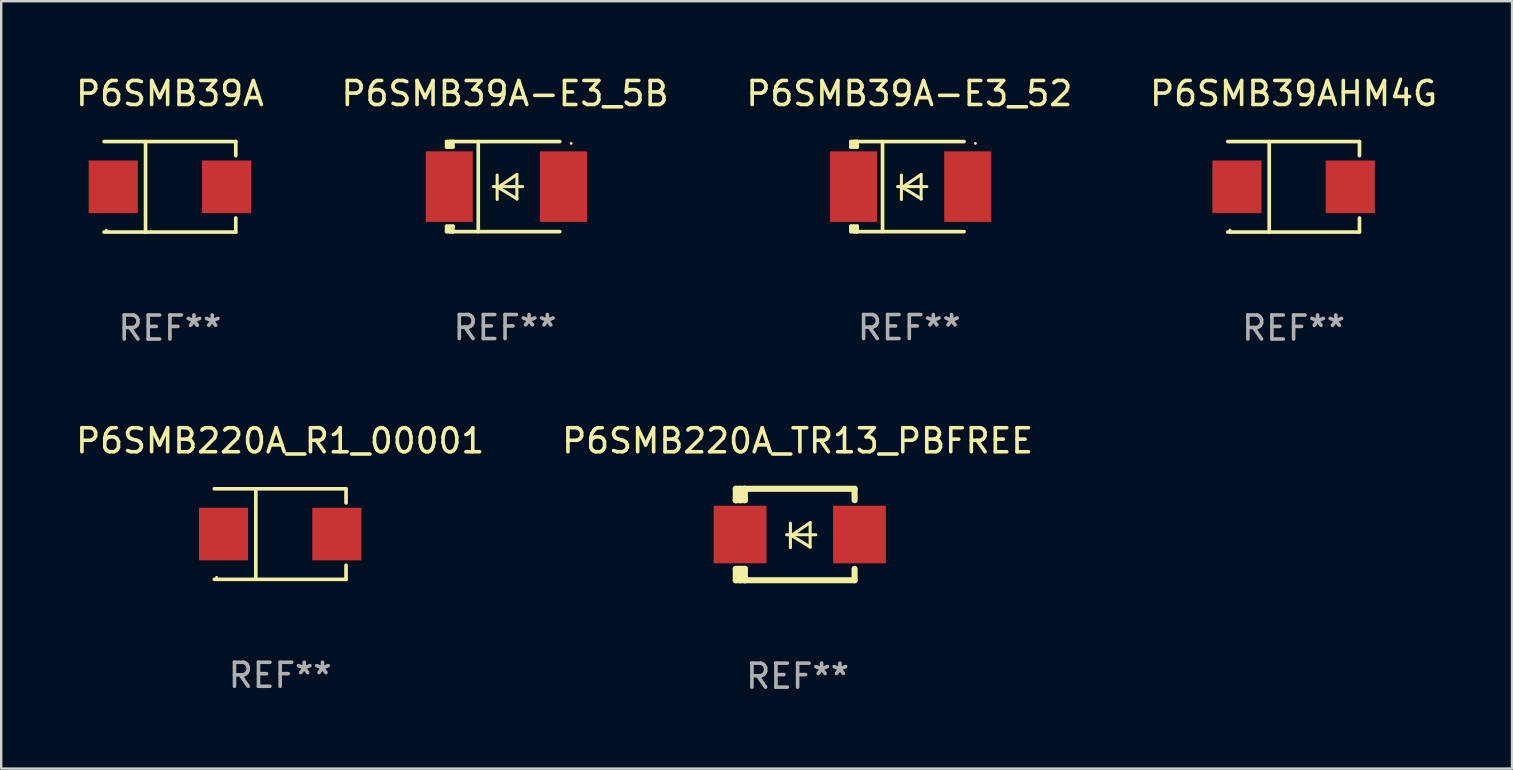
<source format=kicad_pcb>
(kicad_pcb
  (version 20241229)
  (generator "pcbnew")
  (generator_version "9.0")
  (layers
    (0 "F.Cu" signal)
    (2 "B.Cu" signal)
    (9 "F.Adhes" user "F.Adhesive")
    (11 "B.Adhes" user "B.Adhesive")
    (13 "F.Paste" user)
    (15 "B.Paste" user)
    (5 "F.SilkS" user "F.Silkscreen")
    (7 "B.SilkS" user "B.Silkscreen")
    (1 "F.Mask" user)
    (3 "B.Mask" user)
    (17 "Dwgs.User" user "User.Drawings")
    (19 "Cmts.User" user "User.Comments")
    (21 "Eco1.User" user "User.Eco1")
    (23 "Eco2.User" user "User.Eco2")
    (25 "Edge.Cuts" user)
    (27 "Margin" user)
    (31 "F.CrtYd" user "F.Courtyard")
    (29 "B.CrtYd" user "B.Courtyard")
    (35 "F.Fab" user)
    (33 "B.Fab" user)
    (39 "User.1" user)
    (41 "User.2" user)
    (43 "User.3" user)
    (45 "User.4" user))
  (footprint "P6SMB220A_TR13_PBFREE"
    (layer "F.Cu")
    (at 30.185 19.222)
    (property "Reference" "P6SMB220A_TR13_PBFREE" (at 0 -3.905 0) (layer "F.SilkS") (effects (font (size 1 1) (thickness 0.15))))
    (attr through_hole)
    (fp_line (start -2.577 -1.905) (end -2.577 -1.431) (stroke (width 0.254) (type solid)) (layer "F.SilkS"))
    (fp_line (start -2.577 1.431) (end -2.577 1.905) (stroke (width 0.254) (type solid)) (layer "F.SilkS"))
    (fp_line (start -2.577 1.431) (end -2.198 1.431) (stroke (width 0.254) (type solid)) (layer "F.SilkS"))
    (fp_line (start -2.577 1.905) (end -2.198 1.905) (stroke (width 0.254) (type solid)) (layer "F.SilkS"))
    (fp_line (start -2.577 -1.431) (end -2.577 -1.431) (stroke (width 0.254) (type solid)) (layer "F.SilkS"))
    (fp_line (start -2.395 -1.431) (end -2.395 -1.905) (stroke (width 0.254) (type solid)) (layer "F.SilkS"))
    (fp_line (start -2.395 1.905) (end -2.395 1.431) (stroke (width 0.254) (type solid)) (layer "F.SilkS"))
    (fp_line (start -2.198 -1.905) (end -2.577 -1.905) (stroke (width 0.254) (type solid)) (layer "F.SilkS"))
    (fp_line (start -2.198 -1.905) (end 2.374 -1.905) (stroke (width 0.254) (type solid)) (layer "F.SilkS"))
    (fp_line (start -2.198 -1.431) (end -2.577 -1.431) (stroke (width 0.254) (type solid)) (layer "F.SilkS"))
    (fp_line (start -2.198 -1.431) (end -2.198 -1.905) (stroke (width 0.254) (type solid)) (layer "F.SilkS"))
    (fp_line (start -2.198 1.905) (end -2.198 1.431) (stroke (width 0.254) (type solid)) (layer "F.SilkS"))
    (fp_line (start -0.46 0.01) (end 0.759 0.01) (stroke (width 0.127) (type solid)) (layer "F.SilkS"))
    (fp_line (start -0.301 -0.47) (end -0.301 0.546) (stroke (width 0.127) (type solid)) (layer "F.SilkS"))
    (fp_line (start -0.262 0.04) (end 0.521 0.52) (stroke (width 0.127) (type solid)) (layer "F.SilkS"))
    (fp_line (start 0.521 -0.5) (end -0.262 0.04) (stroke (width 0.127) (type solid)) (layer "F.SilkS"))
    (fp_line (start 0.521 0.53) (end 0.521 -0.486) (stroke (width 0.127) (type solid)) (layer "F.SilkS"))
    (fp_line (start 2.374 -1.905) (end 2.374 -1.431) (stroke (width 0.254) (type solid)) (layer "F.SilkS"))
    (fp_line (start 2.374 1.431) (end 2.374 1.905) (stroke (width 0.254) (type solid)) (layer "F.SilkS"))
    (fp_line (start 2.374 1.905) (end -2.198 1.905) (stroke (width 0.254) (type solid)) (layer "F.SilkS"))
    (fp_circle (center -2.561 1.8) (end -2.531 1.8) (stroke (width 0.06) (type solid)) (fill no) (layer "F.SilkS"))
    (fp_text user "REF**" (at 0 5.905 0) (layer "F.Fab") (effects (font (size 1 1) (thickness 0.15))))
    (pad "1" smd rect (at -2.398 -0.000025) (size 2.2 2.4) (layers "F.Cu" "F.Mask" "F.Paste"))
    (pad "2" smd rect (at 2.577 -0.000025) (size 2.2 2.4) (layers "F.Cu" "F.Mask" "F.Paste")))
  (footprint "P6SMB39A-E3_5B"
    (layer "F.Cu")
    (at 17.994 4.725)
    (property "Reference" "P6SMB39A-E3_5B" (at 0 -3.876 0) (layer "F.SilkS") (effects (font (size 1 1) (thickness 0.15))))
    (attr through_hole)
    (fp_line (start -2.435 1.65) (end -2.171 1.65) (stroke (width 0.152) (type solid)) (layer "F.SilkS"))
    (fp_line (start -2.435 1.876) (end -2.435 1.65) (stroke (width 0.152) (type solid)) (layer "F.SilkS"))
    (fp_line (start -2.435 -1.876) (end -2.171 -1.876) (stroke (width 0.152) (type solid)) (layer "F.SilkS"))
    (fp_line (start -2.435 -1.65) (end -2.435 -1.876) (stroke (width 0.152) (type solid)) (layer "F.SilkS"))
    (fp_line (start -2.305 -1.866) (end -2.295 -1.876) (stroke (width 0.152) (type solid)) (layer "F.SilkS"))
    (fp_line (start -2.305 -1.65) (end -2.305 -1.866) (stroke (width 0.152) (type solid)) (layer "F.SilkS"))
    (fp_line (start -2.305 1.876) (end -2.305 1.65) (stroke (width 0.152) (type solid)) (layer "F.SilkS"))
    (fp_line (start -2.295 -1.876) (end -2.295 -1.65) (stroke (width 0.152) (type solid)) (layer "F.SilkS"))
    (fp_line (start -2.171 1.876) (end -2.435 1.876) (stroke (width 0.152) (type solid)) (layer "F.SilkS"))
    (fp_line (start -2.171 -1.65) (end -2.435 -1.65) (stroke (width 0.152) (type solid)) (layer "F.SilkS"))
    (fp_line (start -2.171 -1.876) (end -2.295 -1.876) (stroke (width 0.152) (type solid)) (layer "F.SilkS"))
    (fp_line (start -2.171 -1.65) (end -2.171 -1.876) (stroke (width 0.152) (type solid)) (layer "F.SilkS"))
    (fp_line (start -2.171 1.876) (end -2.305 1.876) (stroke (width 0.152) (type solid)) (layer "F.SilkS"))
    (fp_line (start -2.171 1.876) (end -2.171 1.65) (stroke (width 0.152) (type solid)) (layer "F.SilkS"))
    (fp_line (start -1.116 1.876) (end -1.116 -1.876) (stroke (width 0.152) (type solid)) (layer "F.SilkS"))
    (fp_line (start -0.488 0.000102) (end 0.731 0.000102) (stroke (width 0.127) (type solid)) (layer "F.SilkS"))
    (fp_line (start -0.329 -0.48) (end -0.329 0.536) (stroke (width 0.127) (type solid)) (layer "F.SilkS"))
    (fp_line (start -0.29 0.03) (end 0.493 0.51) (stroke (width 0.127) (type solid)) (layer "F.SilkS"))
    (fp_line (start 0.493 -0.51) (end -0.29 0.03) (stroke (width 0.127) (type solid)) (layer "F.SilkS"))
    (fp_line (start 0.493 0.52) (end 0.493 -0.496) (stroke (width 0.127) (type solid)) (layer "F.SilkS"))
    (fp_line (start 2.281 -1.876) (end -2.171 -1.876) (stroke (width 0.152) (type solid)) (layer "F.SilkS"))
    (fp_line (start 2.281 1.876) (end -2.171 1.876) (stroke (width 0.152) (type solid)) (layer "F.SilkS"))
    (fp_circle (center 2.755 -1.8) (end 2.785 -1.8) (stroke (width 0.06) (type solid)) (fill no) (layer "F.SilkS"))
    (fp_text user "REF**" (at 0 5.876 0) (layer "F.Fab") (effects (font (size 1 1) (thickness 0.15))))
    (pad "1" smd rect (at 2.435 -0.000025 180) (size 1.96 2.94) (layers "F.Cu" "F.Mask" "F.Paste"))
    (pad "2" smd rect (at -2.325 -0.000025 180) (size 1.96 2.94) (layers "F.Cu" "F.Mask" "F.Paste")))
  (footprint "P6SMB39A"
    (layer "F.Cu")
    (at 4.03 4.734)
    (property "Reference" "P6SMB39A" (at 0 -3.886 0) (layer "F.SilkS") (effects (font (size 1 1) (thickness 0.15))))
    (attr through_hole)
    (fp_line (start -2.744 -1.886) (end 2.744 -1.886) (stroke (width 0.152) (type solid)) (layer "F.SilkS"))
    (fp_line (start -2.744 1.886) (end 2.744 1.886) (stroke (width 0.152) (type solid)) (layer "F.SilkS"))
    (fp_line (start -1.016 -1.886) (end -1.016 1.886) (stroke (width 0.152) (type solid)) (layer "F.SilkS"))
    (fp_line (start 2.744 -1.886) (end 2.744 -1.299) (stroke (width 0.152) (type solid)) (layer "F.SilkS"))
    (fp_line (start 2.744 1.886) (end 2.744 1.299) (stroke (width 0.152) (type solid)) (layer "F.SilkS"))
    (fp_circle (center -2.65 1.8) (end -2.62 1.8) (stroke (width 0.06) (type solid)) (fill no) (layer "F.SilkS"))
    (fp_text user "REF**" (at 0 5.886 0) (layer "F.Fab") (effects (font (size 1 1) (thickness 0.15))))
    (pad "1" smd rect (at -2.361 0) (size 2.047 2.192) (layers "F.Cu" "F.Mask" "F.Paste"))
    (pad "2" smd rect (at 2.361 0) (size 2.047 2.192) (layers "F.Cu" "F.Mask" "F.Paste")))
  (footprint "P6SMB220A_R1_00001"
    (layer "F.Cu")
    (at 8.625 19.203)
    (property "Reference" "P6SMB220A_R1_00001" (at 0 -3.886 0) (layer "F.SilkS") (effects (font (size 1 1) (thickness 0.15))))
    (attr through_hole)
    (fp_line (start -2.744 -1.886) (end 2.744 -1.886) (stroke (width 0.152) (type solid)) (layer "F.SilkS"))
    (fp_line (start -2.744 1.886) (end 2.744 1.886) (stroke (width 0.152) (type solid)) (layer "F.SilkS"))
    (fp_line (start -1.016 -1.886) (end -1.016 1.886) (stroke (width 0.152) (type solid)) (layer "F.SilkS"))
    (fp_line (start 2.744 -1.886) (end 2.744 -1.299) (stroke (width 0.152) (type solid)) (layer "F.SilkS"))
    (fp_line (start 2.744 1.886) (end 2.744 1.299) (stroke (width 0.152) (type solid)) (layer "F.SilkS"))
    (fp_circle (center -2.65 1.8) (end -2.62 1.8) (stroke (width 0.06) (type solid)) (fill no) (layer "F.SilkS"))
    (fp_text user "REF**" (at 0 5.886 0) (layer "F.Fab") (effects (font (size 1 1) (thickness 0.15))))
    (pad "1" smd rect (at -2.361 0) (size 2.047 2.192) (layers "F.Cu" "F.Mask" "F.Paste"))
    (pad "2" smd rect (at 2.361 0) (size 2.047 2.192) (layers "F.Cu" "F.Mask" "F.Paste")))
  (footprint "P6SMB39AHM4G"
    (layer "F.Cu")
    (at 50.851 4.734)
    (property "Reference" "P6SMB39AHM4G" (at 0 -3.886 0) (layer "F.SilkS") (effects (font (size 1 1) (thickness 0.15))))
    (attr through_hole)
    (fp_line (start -2.744 -1.886) (end 2.744 -1.886) (stroke (width 0.152) (type solid)) (layer "F.SilkS"))
    (fp_line (start -2.744 1.886) (end 2.744 1.886) (stroke (width 0.152) (type solid)) (layer "F.SilkS"))
    (fp_line (start -1.016 -1.886) (end -1.016 1.886) (stroke (width 0.152) (type solid)) (layer "F.SilkS"))
    (fp_line (start 2.744 -1.886) (end 2.744 -1.299) (stroke (width 0.152) (type solid)) (layer "F.SilkS"))
    (fp_line (start 2.744 1.886) (end 2.744 1.299) (stroke (width 0.152) (type solid)) (layer "F.SilkS"))
    (fp_circle (center -2.65 1.8) (end -2.62 1.8) (stroke (width 0.06) (type solid)) (fill no) (layer "F.SilkS"))
    (fp_text user "REF**" (at 0 5.886 0) (layer "F.Fab") (effects (font (size 1 1) (thickness 0.15))))
    (pad "1" smd rect (at -2.361 0) (size 2.047 2.192) (layers "F.Cu" "F.Mask" "F.Paste"))
    (pad "2" smd rect (at 2.361 0) (size 2.047 2.192) (layers "F.Cu" "F.Mask" "F.Paste")))
  (footprint "P6SMB39A-E3_52"
    (layer "F.Cu")
    (at 34.839 4.725)
    (property "Reference" "P6SMB39A-E3_52" (at 0 -3.876 0) (layer "F.SilkS") (effects (font (size 1 1) (thickness 0.15))))
    (attr through_hole)
    (fp_line (start -2.435 1.65) (end -2.171 1.65) (stroke (width 0.152) (type solid)) (layer "F.SilkS"))
    (fp_line (start -2.435 1.876) (end -2.435 1.65) (stroke (width 0.152) (type solid)) (layer "F.SilkS"))
    (fp_line (start -2.435 -1.876) (end -2.171 -1.876) (stroke (width 0.152) (type solid)) (layer "F.SilkS"))
    (fp_line (start -2.435 -1.65) (end -2.435 -1.876) (stroke (width 0.152) (type solid)) (layer "F.SilkS"))
    (fp_line (start -2.305 -1.866) (end -2.295 -1.876) (stroke (width 0.152) (type solid)) (layer "F.SilkS"))
    (fp_line (start -2.305 -1.65) (end -2.305 -1.866) (stroke (width 0.152) (type solid)) (layer "F.SilkS"))
    (fp_line (start -2.305 1.876) (end -2.305 1.65) (stroke (width 0.152) (type solid)) (layer "F.SilkS"))
    (fp_line (start -2.295 -1.876) (end -2.295 -1.65) (stroke (width 0.152) (type solid)) (layer "F.SilkS"))
    (fp_line (start -2.171 1.876) (end -2.435 1.876) (stroke (width 0.152) (type solid)) (layer "F.SilkS"))
    (fp_line (start -2.171 -1.65) (end -2.435 -1.65) (stroke (width 0.152) (type solid)) (layer "F.SilkS"))
    (fp_line (start -2.171 -1.876) (end -2.295 -1.876) (stroke (width 0.152) (type solid)) (layer "F.SilkS"))
    (fp_line (start -2.171 -1.65) (end -2.171 -1.876) (stroke (width 0.152) (type solid)) (layer "F.SilkS"))
    (fp_line (start -2.171 1.876) (end -2.305 1.876) (stroke (width 0.152) (type solid)) (layer "F.SilkS"))
    (fp_line (start -2.171 1.876) (end -2.171 1.65) (stroke (width 0.152) (type solid)) (layer "F.SilkS"))
    (fp_line (start -1.116 1.876) (end -1.116 -1.876) (stroke (width 0.152) (type solid)) (layer "F.SilkS"))
    (fp_line (start -0.488 0.000102) (end 0.731 0.000102) (stroke (width 0.127) (type solid)) (layer "F.SilkS"))
    (fp_line (start -0.329 -0.48) (end -0.329 0.536) (stroke (width 0.127) (type solid)) (layer "F.SilkS"))
    (fp_line (start -0.29 0.03) (end 0.493 0.51) (stroke (width 0.127) (type solid)) (layer "F.SilkS"))
    (fp_line (start 0.493 -0.51) (end -0.29 0.03) (stroke (width 0.127) (type solid)) (layer "F.SilkS"))
    (fp_line (start 0.493 0.52) (end 0.493 -0.496) (stroke (width 0.127) (type solid)) (layer "F.SilkS"))
    (fp_line (start 2.281 -1.876) (end -2.171 -1.876) (stroke (width 0.152) (type solid)) (layer "F.SilkS"))
    (fp_line (start 2.281 1.876) (end -2.171 1.876) (stroke (width 0.152) (type solid)) (layer "F.SilkS"))
    (fp_circle (center 2.755 -1.8) (end 2.785 -1.8) (stroke (width 0.06) (type solid)) (fill no) (layer "F.SilkS"))
    (fp_text user "REF**" (at 0 5.876 0) (layer "F.Fab") (effects (font (size 1 1) (thickness 0.15))))
    (pad "1" smd rect (at 2.435 -0.000025 180) (size 1.96 2.94) (layers "F.Cu" "F.Mask" "F.Paste"))
    (pad "2" smd rect (at -2.325 -0.000025 180) (size 1.96 2.94) (layers "F.Cu" "F.Mask" "F.Paste")))
  (gr_rect
    (start -3 -3)
    (end 59.952 28.975)
    (stroke (width 0.1) (type default))
    (fill no)
    (layer "Edge.Cuts")))
</source>
